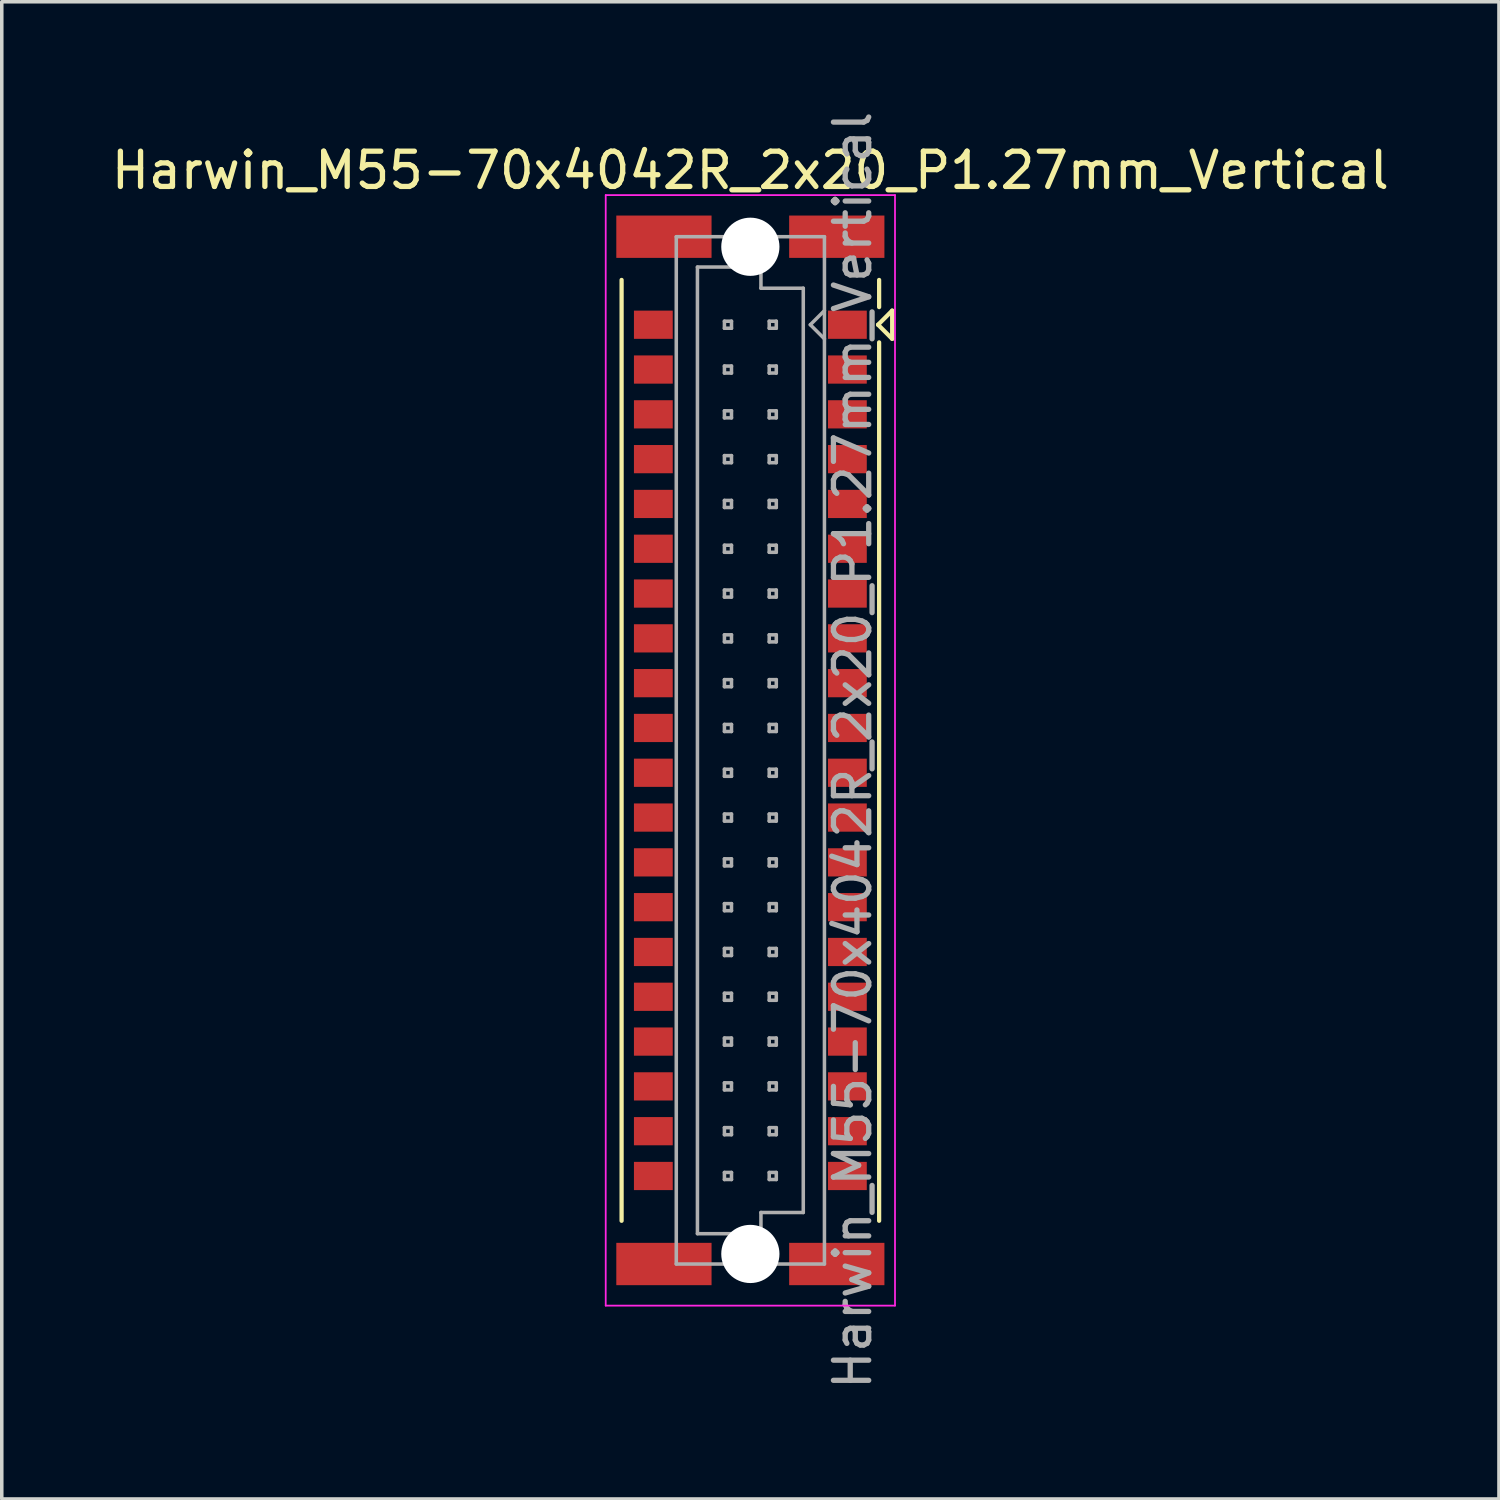
<source format=kicad_pcb>
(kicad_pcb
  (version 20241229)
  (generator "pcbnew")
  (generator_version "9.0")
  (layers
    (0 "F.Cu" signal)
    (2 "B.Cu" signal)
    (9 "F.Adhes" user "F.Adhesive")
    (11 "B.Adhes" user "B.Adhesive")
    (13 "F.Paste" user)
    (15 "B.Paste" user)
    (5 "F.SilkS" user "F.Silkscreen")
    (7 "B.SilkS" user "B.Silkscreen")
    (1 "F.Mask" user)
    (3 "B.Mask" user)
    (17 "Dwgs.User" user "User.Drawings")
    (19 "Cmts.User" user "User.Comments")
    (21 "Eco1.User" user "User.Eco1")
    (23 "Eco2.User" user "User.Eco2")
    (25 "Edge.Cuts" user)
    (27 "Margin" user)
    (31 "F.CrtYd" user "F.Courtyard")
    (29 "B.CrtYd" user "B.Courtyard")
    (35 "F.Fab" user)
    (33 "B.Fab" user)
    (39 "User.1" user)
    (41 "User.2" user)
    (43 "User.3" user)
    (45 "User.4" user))
  (footprint "Harwin_M55-70x4042R_2x20_P1.27mm_Vertical"
    (layer "F.Cu")
    (at 18.22 18.22)
    (property "Reference" "Harwin_M55-70x4042R_2x20_P1.27mm_Vertical" (at 0 -16.44 0) (layer "F.SilkS") (effects (font (size 1 1) (thickness 0.15))))
    (attr smd)
    (fp_line (start -3.65 13.335) (end -3.65 -13.335) (stroke (width 0.12) (type solid)) (layer "F.SilkS"))
    (fp_line (start 3.62 -12.065) (end 4.02 -12.465) (stroke (width 0.12) (type solid)) (layer "F.SilkS"))
    (fp_line (start 3.65 -12.565) (end 3.65 -13.335) (stroke (width 0.12) (type solid)) (layer "F.SilkS"))
    (fp_line (start 3.65 -11.565) (end 3.65 13.335) (stroke (width 0.12) (type solid)) (layer "F.SilkS"))
    (fp_line (start 4.02 -12.465) (end 4.02 -11.665) (stroke (width 0.12) (type solid)) (layer "F.SilkS"))
    (fp_line (start 4.02 -11.665) (end 3.62 -12.065) (stroke (width 0.12) (type solid)) (layer "F.SilkS"))
    (fp_line (start -4.1 -15.74) (end 4.1 -15.74) (stroke (width 0.05) (type solid)) (layer "F.CrtYd"))
    (fp_line (start -4.1 15.74) (end -4.1 -15.74) (stroke (width 0.05) (type solid)) (layer "F.CrtYd"))
    (fp_line (start 4.1 -15.74) (end 4.1 15.74) (stroke (width 0.05) (type solid)) (layer "F.CrtYd"))
    (fp_line (start 4.1 15.74) (end -4.1 15.74) (stroke (width 0.05) (type solid)) (layer "F.CrtYd"))
    (fp_line (start -2.1 -14.56) (end -2.1 14.56) (stroke (width 0.1) (type solid)) (layer "F.Fab"))
    (fp_line (start -2.1 14.56) (end 2.1 14.56) (stroke (width 0.1) (type solid)) (layer "F.Fab"))
    (fp_line (start -1.5 -13.7) (end -1.5 13.7) (stroke (width 0.1) (type solid)) (layer "F.Fab"))
    (fp_line (start -1.5 13.7) (end 0.3 13.7) (stroke (width 0.1) (type solid)) (layer "F.Fab"))
    (fp_line (start -0.735 -12.165) (end -0.735 -11.965) (stroke (width 0.1) (type solid)) (layer "F.Fab"))
    (fp_line (start -0.735 -11.965) (end -0.535 -11.965) (stroke (width 0.1) (type solid)) (layer "F.Fab"))
    (fp_line (start -0.735 -10.895) (end -0.735 -10.695) (stroke (width 0.1) (type solid)) (layer "F.Fab"))
    (fp_line (start -0.735 -10.695) (end -0.535 -10.695) (stroke (width 0.1) (type solid)) (layer "F.Fab"))
    (fp_line (start -0.735 -9.625) (end -0.735 -9.425) (stroke (width 0.1) (type solid)) (layer "F.Fab"))
    (fp_line (start -0.735 -9.425) (end -0.535 -9.425) (stroke (width 0.1) (type solid)) (layer "F.Fab"))
    (fp_line (start -0.735 -8.355) (end -0.735 -8.155) (stroke (width 0.1) (type solid)) (layer "F.Fab"))
    (fp_line (start -0.735 -8.155) (end -0.535 -8.155) (stroke (width 0.1) (type solid)) (layer "F.Fab"))
    (fp_line (start -0.735 -7.085) (end -0.735 -6.885) (stroke (width 0.1) (type solid)) (layer "F.Fab"))
    (fp_line (start -0.735 -6.885) (end -0.535 -6.885) (stroke (width 0.1) (type solid)) (layer "F.Fab"))
    (fp_line (start -0.735 -5.815) (end -0.735 -5.615) (stroke (width 0.1) (type solid)) (layer "F.Fab"))
    (fp_line (start -0.735 -5.615) (end -0.535 -5.615) (stroke (width 0.1) (type solid)) (layer "F.Fab"))
    (fp_line (start -0.735 -4.545) (end -0.735 -4.345) (stroke (width 0.1) (type solid)) (layer "F.Fab"))
    (fp_line (start -0.735 -4.345) (end -0.535 -4.345) (stroke (width 0.1) (type solid)) (layer "F.Fab"))
    (fp_line (start -0.735 -3.275) (end -0.735 -3.075) (stroke (width 0.1) (type solid)) (layer "F.Fab"))
    (fp_line (start -0.735 -3.075) (end -0.535 -3.075) (stroke (width 0.1) (type solid)) (layer "F.Fab"))
    (fp_line (start -0.735 -2.005) (end -0.735 -1.805) (stroke (width 0.1) (type solid)) (layer "F.Fab"))
    (fp_line (start -0.735 -1.805) (end -0.535 -1.805) (stroke (width 0.1) (type solid)) (layer "F.Fab"))
    (fp_line (start -0.735 -0.735) (end -0.735 -0.535) (stroke (width 0.1) (type solid)) (layer "F.Fab"))
    (fp_line (start -0.735 -0.535) (end -0.535 -0.535) (stroke (width 0.1) (type solid)) (layer "F.Fab"))
    (fp_line (start -0.735 0.535) (end -0.735 0.735) (stroke (width 0.1) (type solid)) (layer "F.Fab"))
    (fp_line (start -0.735 0.735) (end -0.535 0.735) (stroke (width 0.1) (type solid)) (layer "F.Fab"))
    (fp_line (start -0.735 1.805) (end -0.735 2.005) (stroke (width 0.1) (type solid)) (layer "F.Fab"))
    (fp_line (start -0.735 2.005) (end -0.535 2.005) (stroke (width 0.1) (type solid)) (layer "F.Fab"))
    (fp_line (start -0.735 3.075) (end -0.735 3.275) (stroke (width 0.1) (type solid)) (layer "F.Fab"))
    (fp_line (start -0.735 3.275) (end -0.535 3.275) (stroke (width 0.1) (type solid)) (layer "F.Fab"))
    (fp_line (start -0.735 4.345) (end -0.735 4.545) (stroke (width 0.1) (type solid)) (layer "F.Fab"))
    (fp_line (start -0.735 4.545) (end -0.535 4.545) (stroke (width 0.1) (type solid)) (layer "F.Fab"))
    (fp_line (start -0.735 5.615) (end -0.735 5.815) (stroke (width 0.1) (type solid)) (layer "F.Fab"))
    (fp_line (start -0.735 5.815) (end -0.535 5.815) (stroke (width 0.1) (type solid)) (layer "F.Fab"))
    (fp_line (start -0.735 6.885) (end -0.735 7.085) (stroke (width 0.1) (type solid)) (layer "F.Fab"))
    (fp_line (start -0.735 7.085) (end -0.535 7.085) (stroke (width 0.1) (type solid)) (layer "F.Fab"))
    (fp_line (start -0.735 8.155) (end -0.735 8.355) (stroke (width 0.1) (type solid)) (layer "F.Fab"))
    (fp_line (start -0.735 8.355) (end -0.535 8.355) (stroke (width 0.1) (type solid)) (layer "F.Fab"))
    (fp_line (start -0.735 9.425) (end -0.735 9.625) (stroke (width 0.1) (type solid)) (layer "F.Fab"))
    (fp_line (start -0.735 9.625) (end -0.535 9.625) (stroke (width 0.1) (type solid)) (layer "F.Fab"))
    (fp_line (start -0.735 10.695) (end -0.735 10.895) (stroke (width 0.1) (type solid)) (layer "F.Fab"))
    (fp_line (start -0.735 10.895) (end -0.535 10.895) (stroke (width 0.1) (type solid)) (layer "F.Fab"))
    (fp_line (start -0.735 11.965) (end -0.735 12.165) (stroke (width 0.1) (type solid)) (layer "F.Fab"))
    (fp_line (start -0.735 12.165) (end -0.535 12.165) (stroke (width 0.1) (type solid)) (layer "F.Fab"))
    (fp_line (start -0.535 -12.165) (end -0.735 -12.165) (stroke (width 0.1) (type solid)) (layer "F.Fab"))
    (fp_line (start -0.535 -11.965) (end -0.535 -12.165) (stroke (width 0.1) (type solid)) (layer "F.Fab"))
    (fp_line (start -0.535 -10.895) (end -0.735 -10.895) (stroke (width 0.1) (type solid)) (layer "F.Fab"))
    (fp_line (start -0.535 -10.695) (end -0.535 -10.895) (stroke (width 0.1) (type solid)) (layer "F.Fab"))
    (fp_line (start -0.535 -9.625) (end -0.735 -9.625) (stroke (width 0.1) (type solid)) (layer "F.Fab"))
    (fp_line (start -0.535 -9.425) (end -0.535 -9.625) (stroke (width 0.1) (type solid)) (layer "F.Fab"))
    (fp_line (start -0.535 -8.355) (end -0.735 -8.355) (stroke (width 0.1) (type solid)) (layer "F.Fab"))
    (fp_line (start -0.535 -8.155) (end -0.535 -8.355) (stroke (width 0.1) (type solid)) (layer "F.Fab"))
    (fp_line (start -0.535 -7.085) (end -0.735 -7.085) (stroke (width 0.1) (type solid)) (layer "F.Fab"))
    (fp_line (start -0.535 -6.885) (end -0.535 -7.085) (stroke (width 0.1) (type solid)) (layer "F.Fab"))
    (fp_line (start -0.535 -5.815) (end -0.735 -5.815) (stroke (width 0.1) (type solid)) (layer "F.Fab"))
    (fp_line (start -0.535 -5.615) (end -0.535 -5.815) (stroke (width 0.1) (type solid)) (layer "F.Fab"))
    (fp_line (start -0.535 -4.545) (end -0.735 -4.545) (stroke (width 0.1) (type solid)) (layer "F.Fab"))
    (fp_line (start -0.535 -4.345) (end -0.535 -4.545) (stroke (width 0.1) (type solid)) (layer "F.Fab"))
    (fp_line (start -0.535 -3.275) (end -0.735 -3.275) (stroke (width 0.1) (type solid)) (layer "F.Fab"))
    (fp_line (start -0.535 -3.075) (end -0.535 -3.275) (stroke (width 0.1) (type solid)) (layer "F.Fab"))
    (fp_line (start -0.535 -2.005) (end -0.735 -2.005) (stroke (width 0.1) (type solid)) (layer "F.Fab"))
    (fp_line (start -0.535 -1.805) (end -0.535 -2.005) (stroke (width 0.1) (type solid)) (layer "F.Fab"))
    (fp_line (start -0.535 -0.735) (end -0.735 -0.735) (stroke (width 0.1) (type solid)) (layer "F.Fab"))
    (fp_line (start -0.535 -0.535) (end -0.535 -0.735) (stroke (width 0.1) (type solid)) (layer "F.Fab"))
    (fp_line (start -0.535 0.535) (end -0.735 0.535) (stroke (width 0.1) (type solid)) (layer "F.Fab"))
    (fp_line (start -0.535 0.735) (end -0.535 0.535) (stroke (width 0.1) (type solid)) (layer "F.Fab"))
    (fp_line (start -0.535 1.805) (end -0.735 1.805) (stroke (width 0.1) (type solid)) (layer "F.Fab"))
    (fp_line (start -0.535 2.005) (end -0.535 1.805) (stroke (width 0.1) (type solid)) (layer "F.Fab"))
    (fp_line (start -0.535 3.075) (end -0.735 3.075) (stroke (width 0.1) (type solid)) (layer "F.Fab"))
    (fp_line (start -0.535 3.275) (end -0.535 3.075) (stroke (width 0.1) (type solid)) (layer "F.Fab"))
    (fp_line (start -0.535 4.345) (end -0.735 4.345) (stroke (width 0.1) (type solid)) (layer "F.Fab"))
    (fp_line (start -0.535 4.545) (end -0.535 4.345) (stroke (width 0.1) (type solid)) (layer "F.Fab"))
    (fp_line (start -0.535 5.615) (end -0.735 5.615) (stroke (width 0.1) (type solid)) (layer "F.Fab"))
    (fp_line (start -0.535 5.815) (end -0.535 5.615) (stroke (width 0.1) (type solid)) (layer "F.Fab"))
    (fp_line (start -0.535 6.885) (end -0.735 6.885) (stroke (width 0.1) (type solid)) (layer "F.Fab"))
    (fp_line (start -0.535 7.085) (end -0.535 6.885) (stroke (width 0.1) (type solid)) (layer "F.Fab"))
    (fp_line (start -0.535 8.155) (end -0.735 8.155) (stroke (width 0.1) (type solid)) (layer "F.Fab"))
    (fp_line (start -0.535 8.355) (end -0.535 8.155) (stroke (width 0.1) (type solid)) (layer "F.Fab"))
    (fp_line (start -0.535 9.425) (end -0.735 9.425) (stroke (width 0.1) (type solid)) (layer "F.Fab"))
    (fp_line (start -0.535 9.625) (end -0.535 9.425) (stroke (width 0.1) (type solid)) (layer "F.Fab"))
    (fp_line (start -0.535 10.695) (end -0.735 10.695) (stroke (width 0.1) (type solid)) (layer "F.Fab"))
    (fp_line (start -0.535 10.895) (end -0.535 10.695) (stroke (width 0.1) (type solid)) (layer "F.Fab"))
    (fp_line (start -0.535 11.965) (end -0.735 11.965) (stroke (width 0.1) (type solid)) (layer "F.Fab"))
    (fp_line (start -0.535 12.165) (end -0.535 11.965) (stroke (width 0.1) (type solid)) (layer "F.Fab"))
    (fp_line (start 0.3 -13.7) (end -1.5 -13.7) (stroke (width 0.1) (type solid)) (layer "F.Fab"))
    (fp_line (start 0.3 -13.1) (end 0.3 -13.7) (stroke (width 0.1) (type solid)) (layer "F.Fab"))
    (fp_line (start 0.3 13.1) (end 1.5 13.1) (stroke (width 0.1) (type solid)) (layer "F.Fab"))
    (fp_line (start 0.3 13.7) (end 0.3 13.1) (stroke (width 0.1) (type solid)) (layer "F.Fab"))
    (fp_line (start 0.535 -12.165) (end 0.535 -11.965) (stroke (width 0.1) (type solid)) (layer "F.Fab"))
    (fp_line (start 0.535 -11.965) (end 0.735 -11.965) (stroke (width 0.1) (type solid)) (layer "F.Fab"))
    (fp_line (start 0.535 -10.895) (end 0.535 -10.695) (stroke (width 0.1) (type solid)) (layer "F.Fab"))
    (fp_line (start 0.535 -10.695) (end 0.735 -10.695) (stroke (width 0.1) (type solid)) (layer "F.Fab"))
    (fp_line (start 0.535 -9.625) (end 0.535 -9.425) (stroke (width 0.1) (type solid)) (layer "F.Fab"))
    (fp_line (start 0.535 -9.425) (end 0.735 -9.425) (stroke (width 0.1) (type solid)) (layer "F.Fab"))
    (fp_line (start 0.535 -8.355) (end 0.535 -8.155) (stroke (width 0.1) (type solid)) (layer "F.Fab"))
    (fp_line (start 0.535 -8.155) (end 0.735 -8.155) (stroke (width 0.1) (type solid)) (layer "F.Fab"))
    (fp_line (start 0.535 -7.085) (end 0.535 -6.885) (stroke (width 0.1) (type solid)) (layer "F.Fab"))
    (fp_line (start 0.535 -6.885) (end 0.735 -6.885) (stroke (width 0.1) (type solid)) (layer "F.Fab"))
    (fp_line (start 0.535 -5.815) (end 0.535 -5.615) (stroke (width 0.1) (type solid)) (layer "F.Fab"))
    (fp_line (start 0.535 -5.615) (end 0.735 -5.615) (stroke (width 0.1) (type solid)) (layer "F.Fab"))
    (fp_line (start 0.535 -4.545) (end 0.535 -4.345) (stroke (width 0.1) (type solid)) (layer "F.Fab"))
    (fp_line (start 0.535 -4.345) (end 0.735 -4.345) (stroke (width 0.1) (type solid)) (layer "F.Fab"))
    (fp_line (start 0.535 -3.275) (end 0.535 -3.075) (stroke (width 0.1) (type solid)) (layer "F.Fab"))
    (fp_line (start 0.535 -3.075) (end 0.735 -3.075) (stroke (width 0.1) (type solid)) (layer "F.Fab"))
    (fp_line (start 0.535 -2.005) (end 0.535 -1.805) (stroke (width 0.1) (type solid)) (layer "F.Fab"))
    (fp_line (start 0.535 -1.805) (end 0.735 -1.805) (stroke (width 0.1) (type solid)) (layer "F.Fab"))
    (fp_line (start 0.535 -0.735) (end 0.535 -0.535) (stroke (width 0.1) (type solid)) (layer "F.Fab"))
    (fp_line (start 0.535 -0.535) (end 0.735 -0.535) (stroke (width 0.1) (type solid)) (layer "F.Fab"))
    (fp_line (start 0.535 0.535) (end 0.535 0.735) (stroke (width 0.1) (type solid)) (layer "F.Fab"))
    (fp_line (start 0.535 0.735) (end 0.735 0.735) (stroke (width 0.1) (type solid)) (layer "F.Fab"))
    (fp_line (start 0.535 1.805) (end 0.535 2.005) (stroke (width 0.1) (type solid)) (layer "F.Fab"))
    (fp_line (start 0.535 2.005) (end 0.735 2.005) (stroke (width 0.1) (type solid)) (layer "F.Fab"))
    (fp_line (start 0.535 3.075) (end 0.535 3.275) (stroke (width 0.1) (type solid)) (layer "F.Fab"))
    (fp_line (start 0.535 3.275) (end 0.735 3.275) (stroke (width 0.1) (type solid)) (layer "F.Fab"))
    (fp_line (start 0.535 4.345) (end 0.535 4.545) (stroke (width 0.1) (type solid)) (layer "F.Fab"))
    (fp_line (start 0.535 4.545) (end 0.735 4.545) (stroke (width 0.1) (type solid)) (layer "F.Fab"))
    (fp_line (start 0.535 5.615) (end 0.535 5.815) (stroke (width 0.1) (type solid)) (layer "F.Fab"))
    (fp_line (start 0.535 5.815) (end 0.735 5.815) (stroke (width 0.1) (type solid)) (layer "F.Fab"))
    (fp_line (start 0.535 6.885) (end 0.535 7.085) (stroke (width 0.1) (type solid)) (layer "F.Fab"))
    (fp_line (start 0.535 7.085) (end 0.735 7.085) (stroke (width 0.1) (type solid)) (layer "F.Fab"))
    (fp_line (start 0.535 8.155) (end 0.535 8.355) (stroke (width 0.1) (type solid)) (layer "F.Fab"))
    (fp_line (start 0.535 8.355) (end 0.735 8.355) (stroke (width 0.1) (type solid)) (layer "F.Fab"))
    (fp_line (start 0.535 9.425) (end 0.535 9.625) (stroke (width 0.1) (type solid)) (layer "F.Fab"))
    (fp_line (start 0.535 9.625) (end 0.735 9.625) (stroke (width 0.1) (type solid)) (layer "F.Fab"))
    (fp_line (start 0.535 10.695) (end 0.535 10.895) (stroke (width 0.1) (type solid)) (layer "F.Fab"))
    (fp_line (start 0.535 10.895) (end 0.735 10.895) (stroke (width 0.1) (type solid)) (layer "F.Fab"))
    (fp_line (start 0.535 11.965) (end 0.535 12.165) (stroke (width 0.1) (type solid)) (layer "F.Fab"))
    (fp_line (start 0.535 12.165) (end 0.735 12.165) (stroke (width 0.1) (type solid)) (layer "F.Fab"))
    (fp_line (start 0.735 -12.165) (end 0.535 -12.165) (stroke (width 0.1) (type solid)) (layer "F.Fab"))
    (fp_line (start 0.735 -11.965) (end 0.735 -12.165) (stroke (width 0.1) (type solid)) (layer "F.Fab"))
    (fp_line (start 0.735 -10.895) (end 0.535 -10.895) (stroke (width 0.1) (type solid)) (layer "F.Fab"))
    (fp_line (start 0.735 -10.695) (end 0.735 -10.895) (stroke (width 0.1) (type solid)) (layer "F.Fab"))
    (fp_line (start 0.735 -9.625) (end 0.535 -9.625) (stroke (width 0.1) (type solid)) (layer "F.Fab"))
    (fp_line (start 0.735 -9.425) (end 0.735 -9.625) (stroke (width 0.1) (type solid)) (layer "F.Fab"))
    (fp_line (start 0.735 -8.355) (end 0.535 -8.355) (stroke (width 0.1) (type solid)) (layer "F.Fab"))
    (fp_line (start 0.735 -8.155) (end 0.735 -8.355) (stroke (width 0.1) (type solid)) (layer "F.Fab"))
    (fp_line (start 0.735 -7.085) (end 0.535 -7.085) (stroke (width 0.1) (type solid)) (layer "F.Fab"))
    (fp_line (start 0.735 -6.885) (end 0.735 -7.085) (stroke (width 0.1) (type solid)) (layer "F.Fab"))
    (fp_line (start 0.735 -5.815) (end 0.535 -5.815) (stroke (width 0.1) (type solid)) (layer "F.Fab"))
    (fp_line (start 0.735 -5.615) (end 0.735 -5.815) (stroke (width 0.1) (type solid)) (layer "F.Fab"))
    (fp_line (start 0.735 -4.545) (end 0.535 -4.545) (stroke (width 0.1) (type solid)) (layer "F.Fab"))
    (fp_line (start 0.735 -4.345) (end 0.735 -4.545) (stroke (width 0.1) (type solid)) (layer "F.Fab"))
    (fp_line (start 0.735 -3.275) (end 0.535 -3.275) (stroke (width 0.1) (type solid)) (layer "F.Fab"))
    (fp_line (start 0.735 -3.075) (end 0.735 -3.275) (stroke (width 0.1) (type solid)) (layer "F.Fab"))
    (fp_line (start 0.735 -2.005) (end 0.535 -2.005) (stroke (width 0.1) (type solid)) (layer "F.Fab"))
    (fp_line (start 0.735 -1.805) (end 0.735 -2.005) (stroke (width 0.1) (type solid)) (layer "F.Fab"))
    (fp_line (start 0.735 -0.735) (end 0.535 -0.735) (stroke (width 0.1) (type solid)) (layer "F.Fab"))
    (fp_line (start 0.735 -0.535) (end 0.735 -0.735) (stroke (width 0.1) (type solid)) (layer "F.Fab"))
    (fp_line (start 0.735 0.535) (end 0.535 0.535) (stroke (width 0.1) (type solid)) (layer "F.Fab"))
    (fp_line (start 0.735 0.735) (end 0.735 0.535) (stroke (width 0.1) (type solid)) (layer "F.Fab"))
    (fp_line (start 0.735 1.805) (end 0.535 1.805) (stroke (width 0.1) (type solid)) (layer "F.Fab"))
    (fp_line (start 0.735 2.005) (end 0.735 1.805) (stroke (width 0.1) (type solid)) (layer "F.Fab"))
    (fp_line (start 0.735 3.075) (end 0.535 3.075) (stroke (width 0.1) (type solid)) (layer "F.Fab"))
    (fp_line (start 0.735 3.275) (end 0.735 3.075) (stroke (width 0.1) (type solid)) (layer "F.Fab"))
    (fp_line (start 0.735 4.345) (end 0.535 4.345) (stroke (width 0.1) (type solid)) (layer "F.Fab"))
    (fp_line (start 0.735 4.545) (end 0.735 4.345) (stroke (width 0.1) (type solid)) (layer "F.Fab"))
    (fp_line (start 0.735 5.615) (end 0.535 5.615) (stroke (width 0.1) (type solid)) (layer "F.Fab"))
    (fp_line (start 0.735 5.815) (end 0.735 5.615) (stroke (width 0.1) (type solid)) (layer "F.Fab"))
    (fp_line (start 0.735 6.885) (end 0.535 6.885) (stroke (width 0.1) (type solid)) (layer "F.Fab"))
    (fp_line (start 0.735 7.085) (end 0.735 6.885) (stroke (width 0.1) (type solid)) (layer "F.Fab"))
    (fp_line (start 0.735 8.155) (end 0.535 8.155) (stroke (width 0.1) (type solid)) (layer "F.Fab"))
    (fp_line (start 0.735 8.355) (end 0.735 8.155) (stroke (width 0.1) (type solid)) (layer "F.Fab"))
    (fp_line (start 0.735 9.425) (end 0.535 9.425) (stroke (width 0.1) (type solid)) (layer "F.Fab"))
    (fp_line (start 0.735 9.625) (end 0.735 9.425) (stroke (width 0.1) (type solid)) (layer "F.Fab"))
    (fp_line (start 0.735 10.695) (end 0.535 10.695) (stroke (width 0.1) (type solid)) (layer "F.Fab"))
    (fp_line (start 0.735 10.895) (end 0.735 10.695) (stroke (width 0.1) (type solid)) (layer "F.Fab"))
    (fp_line (start 0.735 11.965) (end 0.535 11.965) (stroke (width 0.1) (type solid)) (layer "F.Fab"))
    (fp_line (start 0.735 12.165) (end 0.735 11.965) (stroke (width 0.1) (type solid)) (layer "F.Fab"))
    (fp_line (start 1.5 -13.1) (end 0.3 -13.1) (stroke (width 0.1) (type solid)) (layer "F.Fab"))
    (fp_line (start 1.5 13.1) (end 1.5 -13.1) (stroke (width 0.1) (type solid)) (layer "F.Fab"))
    (fp_line (start 1.7 -12.065) (end 2.1 -12.465) (stroke (width 0.1) (type solid)) (layer "F.Fab"))
    (fp_line (start 2.1 -14.56) (end -2.1 -14.56) (stroke (width 0.1) (type solid)) (layer "F.Fab"))
    (fp_line (start 2.1 -11.665) (end 1.7 -12.065) (stroke (width 0.1) (type solid)) (layer "F.Fab"))
    (fp_line (start 2.1 14.56) (end 2.1 -14.56) (stroke (width 0.1) (type solid)) (layer "F.Fab"))
    (fp_text user "${REFERENCE}" (at 2.9 0 90) (layer "F.Fab") (effects (font (size 1 1) (thickness 0.15))))
    (pad "" smd rect (at -2.45 -14.56) (size 2.7 1.2) (layers "F.Cu" "F.Mask" "F.Paste"))
    (pad "" smd rect (at -2.45 14.56) (size 2.7 1.2) (layers "F.Cu" "F.Mask" "F.Paste"))
    (pad "" np_thru_hole circle (at 0 -14.275) (size 1.65 1.65) (drill 1.65) (layers "*.Cu" "*.Mask"))
    (pad "" np_thru_hole circle (at 0 14.275) (size 1.65 1.65) (drill 1.65) (layers "*.Cu" "*.Mask"))
    (pad "" smd rect (at 2.45 -14.56) (size 2.7 1.2) (layers "F.Cu" "F.Mask" "F.Paste"))
    (pad "" smd rect (at 2.45 14.56) (size 2.7 1.2) (layers "F.Cu" "F.Mask" "F.Paste"))
    (pad "1" smd rect (at 2.75 -12.065) (size 1.1 0.8) (layers "F.Cu" "F.Mask" "F.Paste"))
    (pad "2" smd rect (at -2.75 -12.065) (size 1.1 0.8) (layers "F.Cu" "F.Mask" "F.Paste"))
    (pad "3" smd rect (at 2.75 -10.795) (size 1.1 0.8) (layers "F.Cu" "F.Mask" "F.Paste"))
    (pad "4" smd rect (at -2.75 -10.795) (size 1.1 0.8) (layers "F.Cu" "F.Mask" "F.Paste"))
    (pad "5" smd rect (at 2.75 -9.525) (size 1.1 0.8) (layers "F.Cu" "F.Mask" "F.Paste"))
    (pad "6" smd rect (at -2.75 -9.525) (size 1.1 0.8) (layers "F.Cu" "F.Mask" "F.Paste"))
    (pad "7" smd rect (at 2.75 -8.255) (size 1.1 0.8) (layers "F.Cu" "F.Mask" "F.Paste"))
    (pad "8" smd rect (at -2.75 -8.255) (size 1.1 0.8) (layers "F.Cu" "F.Mask" "F.Paste"))
    (pad "9" smd rect (at 2.75 -6.985) (size 1.1 0.8) (layers "F.Cu" "F.Mask" "F.Paste"))
    (pad "10" smd rect (at -2.75 -6.985) (size 1.1 0.8) (layers "F.Cu" "F.Mask" "F.Paste"))
    (pad "11" smd rect (at 2.75 -5.715) (size 1.1 0.8) (layers "F.Cu" "F.Mask" "F.Paste"))
    (pad "12" smd rect (at -2.75 -5.715) (size 1.1 0.8) (layers "F.Cu" "F.Mask" "F.Paste"))
    (pad "13" smd rect (at 2.75 -4.445) (size 1.1 0.8) (layers "F.Cu" "F.Mask" "F.Paste"))
    (pad "14" smd rect (at -2.75 -4.445) (size 1.1 0.8) (layers "F.Cu" "F.Mask" "F.Paste"))
    (pad "15" smd rect (at 2.75 -3.175) (size 1.1 0.8) (layers "F.Cu" "F.Mask" "F.Paste"))
    (pad "16" smd rect (at -2.75 -3.175) (size 1.1 0.8) (layers "F.Cu" "F.Mask" "F.Paste"))
    (pad "17" smd rect (at 2.75 -1.905) (size 1.1 0.8) (layers "F.Cu" "F.Mask" "F.Paste"))
    (pad "18" smd rect (at -2.75 -1.905) (size 1.1 0.8) (layers "F.Cu" "F.Mask" "F.Paste"))
    (pad "19" smd rect (at 2.75 -0.635) (size 1.1 0.8) (layers "F.Cu" "F.Mask" "F.Paste"))
    (pad "20" smd rect (at -2.75 -0.635) (size 1.1 0.8) (layers "F.Cu" "F.Mask" "F.Paste"))
    (pad "21" smd rect (at 2.75 0.635) (size 1.1 0.8) (layers "F.Cu" "F.Mask" "F.Paste"))
    (pad "22" smd rect (at -2.75 0.635) (size 1.1 0.8) (layers "F.Cu" "F.Mask" "F.Paste"))
    (pad "23" smd rect (at 2.75 1.905) (size 1.1 0.8) (layers "F.Cu" "F.Mask" "F.Paste"))
    (pad "24" smd rect (at -2.75 1.905) (size 1.1 0.8) (layers "F.Cu" "F.Mask" "F.Paste"))
    (pad "25" smd rect (at 2.75 3.175) (size 1.1 0.8) (layers "F.Cu" "F.Mask" "F.Paste"))
    (pad "26" smd rect (at -2.75 3.175) (size 1.1 0.8) (layers "F.Cu" "F.Mask" "F.Paste"))
    (pad "27" smd rect (at 2.75 4.445) (size 1.1 0.8) (layers "F.Cu" "F.Mask" "F.Paste"))
    (pad "28" smd rect (at -2.75 4.445) (size 1.1 0.8) (layers "F.Cu" "F.Mask" "F.Paste"))
    (pad "29" smd rect (at 2.75 5.715) (size 1.1 0.8) (layers "F.Cu" "F.Mask" "F.Paste"))
    (pad "30" smd rect (at -2.75 5.715) (size 1.1 0.8) (layers "F.Cu" "F.Mask" "F.Paste"))
    (pad "31" smd rect (at 2.75 6.985) (size 1.1 0.8) (layers "F.Cu" "F.Mask" "F.Paste"))
    (pad "32" smd rect (at -2.75 6.985) (size 1.1 0.8) (layers "F.Cu" "F.Mask" "F.Paste"))
    (pad "33" smd rect (at 2.75 8.255) (size 1.1 0.8) (layers "F.Cu" "F.Mask" "F.Paste"))
    (pad "34" smd rect (at -2.75 8.255) (size 1.1 0.8) (layers "F.Cu" "F.Mask" "F.Paste"))
    (pad "35" smd rect (at 2.75 9.525) (size 1.1 0.8) (layers "F.Cu" "F.Mask" "F.Paste"))
    (pad "36" smd rect (at -2.75 9.525) (size 1.1 0.8) (layers "F.Cu" "F.Mask" "F.Paste"))
    (pad "37" smd rect (at 2.75 10.795) (size 1.1 0.8) (layers "F.Cu" "F.Mask" "F.Paste"))
    (pad "38" smd rect (at -2.75 10.795) (size 1.1 0.8) (layers "F.Cu" "F.Mask" "F.Paste"))
    (pad "39" smd rect (at 2.75 12.065) (size 1.1 0.8) (layers "F.Cu" "F.Mask" "F.Paste"))
    (pad "40" smd rect (at -2.75 12.065) (size 1.1 0.8) (layers "F.Cu" "F.Mask" "F.Paste")))
  (gr_rect
    (start -3 -3)
    (end 39.44 39.44)
    (stroke (width 0.1) (type default))
    (fill no)
    (layer "Edge.Cuts")))
</source>
